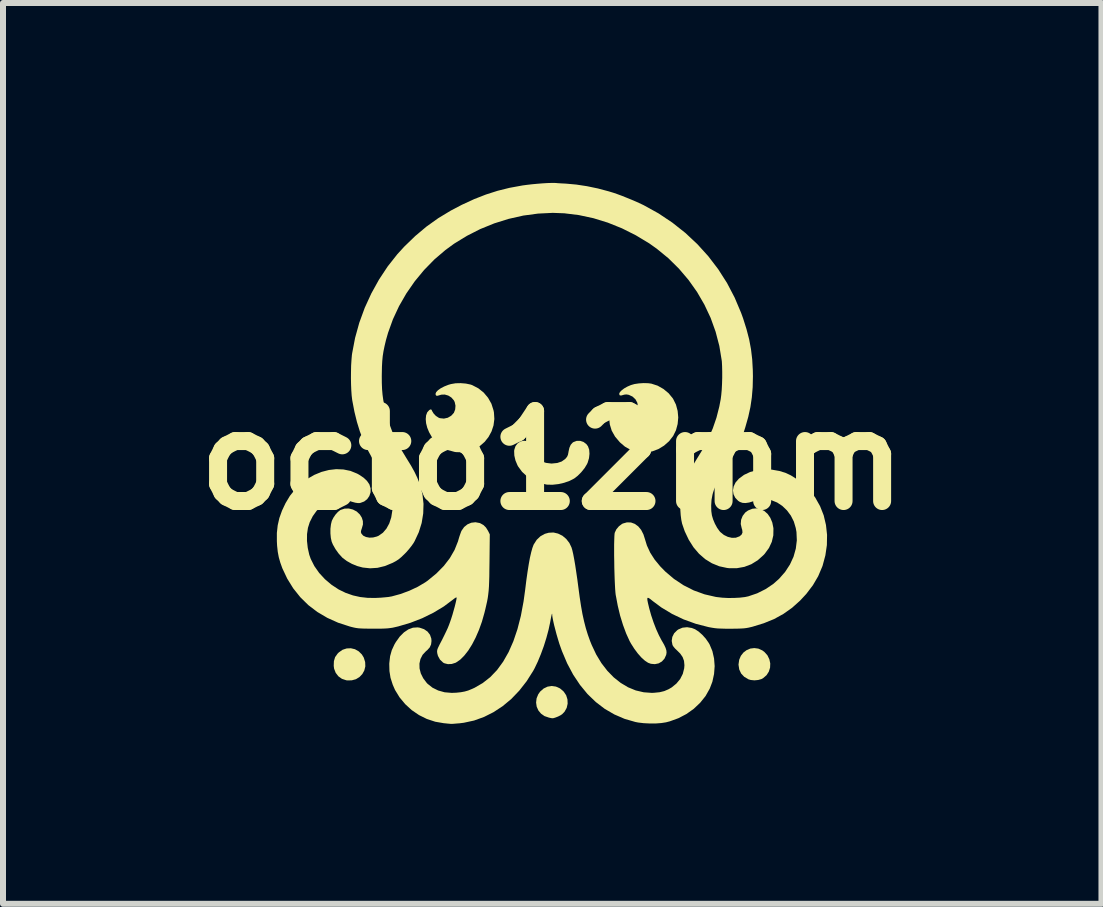
<source format=kicad_pcb>
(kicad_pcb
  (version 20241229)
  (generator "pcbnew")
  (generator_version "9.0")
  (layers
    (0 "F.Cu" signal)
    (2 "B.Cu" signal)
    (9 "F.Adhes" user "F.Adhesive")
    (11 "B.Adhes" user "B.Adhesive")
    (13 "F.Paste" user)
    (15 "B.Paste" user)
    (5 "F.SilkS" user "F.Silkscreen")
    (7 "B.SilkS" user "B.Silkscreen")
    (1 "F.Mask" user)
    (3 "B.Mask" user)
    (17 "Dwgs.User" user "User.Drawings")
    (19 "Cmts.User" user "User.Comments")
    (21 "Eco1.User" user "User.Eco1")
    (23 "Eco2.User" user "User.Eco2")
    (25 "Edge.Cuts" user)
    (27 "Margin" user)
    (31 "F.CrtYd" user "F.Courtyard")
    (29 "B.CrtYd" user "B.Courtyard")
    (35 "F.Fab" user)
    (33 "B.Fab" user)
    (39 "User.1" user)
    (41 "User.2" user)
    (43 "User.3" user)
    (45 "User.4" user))
  (footprint "octo12mm"
    (layer "F.Cu")
    (at 6.157 4.625)
    (property "Reference" "octo12mm" (at 0 0 0) (layer "F.SilkS") (effects (font (size 1.5 1.5) (thickness 0.3))))
    (attr board_only exclude_from_pos_files exclude_from_bom)
    (fp_poly (pts (xy -3.289 3.149) (xy -3.227 3.184) (xy -3.174 3.236) (xy -3.142 3.289) (xy -3.119 3.363) (xy -3.116 3.435) (xy -3.133 3.503) (xy -3.166 3.563) (xy -3.214 3.613) (xy -3.273 3.649) (xy -3.343 3.668) (xy -3.419 3.669) (xy -3.433 3.667) (xy -3.506 3.643) (xy -3.565 3.601) (xy -3.61 3.543) (xy -3.637 3.473) (xy -3.643 3.427) (xy -3.64 3.348) (xy -3.62 3.281) (xy -3.579 3.223) (xy -3.558 3.202) (xy -3.495 3.158) (xy -3.427 3.136) (xy -3.357 3.133)) (stroke (width 0) (type solid)) (fill yes) (layer "F.SilkS"))
    (fp_poly (pts (xy 3.437 3.139) (xy 3.503 3.169) (xy 3.537 3.194) (xy 3.588 3.251) (xy 3.62 3.317) (xy 3.635 3.386) (xy 3.632 3.456) (xy 3.611 3.523) (xy 3.573 3.582) (xy 3.519 3.629) (xy 3.487 3.647) (xy 3.434 3.662) (xy 3.371 3.668) (xy 3.31 3.662) (xy 3.272 3.651) (xy 3.201 3.609) (xy 3.15 3.555) (xy 3.118 3.487) (xy 3.106 3.409) (xy 3.106 3.402) (xy 3.117 3.325) (xy 3.145 3.259) (xy 3.187 3.205) (xy 3.241 3.164) (xy 3.303 3.138) (xy 3.369 3.13)) (stroke (width 0) (type solid)) (fill yes) (layer "F.SilkS"))
    (fp_poly (pts (xy 0.062 3.772) (xy 0.129 3.802) (xy 0.189 3.853) (xy 0.19 3.854) (xy 0.232 3.916) (xy 0.254 3.986) (xy 0.257 4.057) (xy 0.241 4.127) (xy 0.206 4.19) (xy 0.166 4.232) (xy 0.137 4.251) (xy 0.098 4.271) (xy 0.057 4.287) (xy 0.022 4.298) (xy 0.001 4.3) (xy -0.014 4.298) (xy -0.043 4.292) (xy -0.056 4.289) (xy -0.129 4.264) (xy -0.187 4.223) (xy -0.231 4.17) (xy -0.259 4.107) (xy -0.269 4.039) (xy -0.261 3.968) (xy -0.233 3.9) (xy -0.201 3.855) (xy -0.143 3.804) (xy -0.078 3.773) (xy -0.008 3.762)) (stroke (width 0) (type solid)) (fill yes) (layer "F.SilkS"))
    (fp_poly (pts (xy -0.414 -0.32) (xy -0.376 -0.304) (xy -0.334 -0.272) (xy -0.306 -0.231) (xy -0.29 -0.174) (xy -0.286 -0.146) (xy -0.267 -0.079) (xy -0.23 -0.024) (xy -0.175 0.017) (xy -0.104 0.042) (xy -0.017 0.053) (xy -0.006 0.053) (xy 0.084 0.044) (xy 0.158 0.019) (xy 0.218 -0.024) (xy 0.222 -0.029) (xy 0.247 -0.059) (xy 0.262 -0.092) (xy 0.271 -0.138) (xy 0.271 -0.141) (xy 0.286 -0.209) (xy 0.308 -0.259) (xy 0.34 -0.295) (xy 0.355 -0.305) (xy 0.409 -0.325) (xy 0.466 -0.325) (xy 0.521 -0.307) (xy 0.569 -0.271) (xy 0.596 -0.234) (xy 0.616 -0.178) (xy 0.621 -0.11) (xy 0.613 -0.036) (xy 0.591 0.038) (xy 0.579 0.064) (xy 0.539 0.13) (xy 0.484 0.198) (xy 0.423 0.259) (xy 0.366 0.303) (xy 0.29 0.342) (xy 0.199 0.374) (xy 0.102 0.396) (xy 0.005 0.407) (xy -0.082 0.405) (xy -0.1 0.403) (xy -0.216 0.375) (xy -0.325 0.329) (xy -0.421 0.267) (xy -0.503 0.191) (xy -0.568 0.103) (xy -0.579 0.083) (xy -0.613 0.002) (xy -0.632 -0.08) (xy -0.635 -0.157) (xy -0.632 -0.178) (xy -0.612 -0.238) (xy -0.576 -0.284) (xy -0.528 -0.315) (xy -0.473 -0.327)) (stroke (width 0) (type solid)) (fill yes) (layer "F.SilkS"))
    (fp_poly (pts (xy -1.44 -1.28) (xy -1.363 -1.264) (xy -1.336 -1.255) (xy -1.232 -1.201) (xy -1.143 -1.13) (xy -1.07 -1.043) (xy -1.014 -0.944) (xy -0.979 -0.834) (xy -0.972 -0.8) (xy -0.965 -0.689) (xy -0.979 -0.582) (xy -1.012 -0.482) (xy -1.062 -0.39) (xy -1.126 -0.309) (xy -1.204 -0.241) (xy -1.292 -0.188) (xy -1.39 -0.151) (xy -1.494 -0.134) (xy -1.603 -0.137) (xy -1.629 -0.141) (xy -1.74 -0.172) (xy -1.839 -0.223) (xy -1.928 -0.294) (xy -1.958 -0.327) (xy -2.011 -0.395) (xy -2.053 -0.469) (xy -2.084 -0.544) (xy -2.103 -0.619) (xy -2.109 -0.688) (xy -2.103 -0.75) (xy -2.084 -0.801) (xy -2.051 -0.837) (xy -2.04 -0.844) (xy -2.022 -0.85) (xy -2.01 -0.84) (xy -2.004 -0.824) (xy -1.977 -0.78) (xy -1.938 -0.739) (xy -1.892 -0.71) (xy -1.873 -0.703) (xy -1.806 -0.696) (xy -1.742 -0.71) (xy -1.685 -0.743) (xy -1.64 -0.792) (xy -1.639 -0.794) (xy -1.618 -0.849) (xy -1.613 -0.911) (xy -1.626 -0.972) (xy -1.64 -1) (xy -1.681 -1.047) (xy -1.733 -1.08) (xy -1.792 -1.097) (xy -1.85 -1.095) (xy -1.876 -1.087) (xy -1.914 -1.076) (xy -1.937 -1.08) (xy -1.945 -1.101) (xy -1.946 -1.108) (xy -1.935 -1.137) (xy -1.905 -1.169) (xy -1.858 -1.202) (xy -1.8 -1.232) (xy -1.732 -1.259) (xy -1.687 -1.272) (xy -1.611 -1.285) (xy -1.525 -1.287)) (stroke (width 0) (type solid)) (fill yes) (layer "F.SilkS"))
    (fp_poly (pts (xy 1.599 -1.286) (xy 1.652 -1.279) (xy 1.757 -1.245) (xy 1.854 -1.19) (xy 1.94 -1.119) (xy 2.011 -1.032) (xy 2.016 -1.024) (xy 2.063 -0.929) (xy 2.091 -0.824) (xy 2.101 -0.715) (xy 2.091 -0.606) (xy 2.063 -0.502) (xy 2.016 -0.406) (xy 1.947 -0.318) (xy 1.864 -0.245) (xy 1.77 -0.188) (xy 1.669 -0.15) (xy 1.563 -0.132) (xy 1.456 -0.135) (xy 1.401 -0.145) (xy 1.301 -0.178) (xy 1.213 -0.228) (xy 1.132 -0.297) (xy 1.127 -0.302) (xy 1.048 -0.395) (xy 0.992 -0.494) (xy 0.96 -0.598) (xy 0.949 -0.699) (xy 0.952 -0.741) (xy 0.962 -0.77) (xy 0.984 -0.8) (xy 0.986 -0.802) (xy 1.009 -0.827) (xy 1.028 -0.842) (xy 1.033 -0.844) (xy 1.043 -0.834) (xy 1.057 -0.81) (xy 1.059 -0.805) (xy 1.091 -0.756) (xy 1.139 -0.72) (xy 1.195 -0.699) (xy 1.254 -0.697) (xy 1.277 -0.702) (xy 1.34 -0.731) (xy 1.388 -0.775) (xy 1.419 -0.83) (xy 1.43 -0.891) (xy 1.419 -0.959) (xy 1.388 -1.017) (xy 1.339 -1.063) (xy 1.277 -1.092) (xy 1.237 -1.099) (xy 1.199 -1.095) (xy 1.183 -1.09) (xy 1.149 -1.081) (xy 1.129 -1.083) (xy 1.123 -1.088) (xy 1.116 -1.109) (xy 1.128 -1.137) (xy 1.157 -1.167) (xy 1.199 -1.199) (xy 1.254 -1.23) (xy 1.312 -1.255) (xy 1.371 -1.272) (xy 1.445 -1.283) (xy 1.524 -1.288)) (stroke (width 0) (type solid)) (fill yes) (layer "F.SilkS"))
    (fp_poly (pts (xy 3.661 0.155) (xy 3.791 0.178) (xy 3.895 0.211) (xy 3.978 0.25) (xy 4.066 0.306) (xy 4.156 0.374) (xy 4.241 0.451) (xy 4.318 0.533) (xy 4.381 0.615) (xy 4.385 0.621) (xy 4.466 0.765) (xy 4.526 0.917) (xy 4.564 1.078) (xy 4.582 1.243) (xy 4.579 1.413) (xy 4.554 1.584) (xy 4.508 1.755) (xy 4.501 1.774) (xy 4.434 1.932) (xy 4.346 2.082) (xy 4.236 2.227) (xy 4.132 2.339) (xy 3.999 2.458) (xy 3.855 2.56) (xy 3.699 2.646) (xy 3.527 2.716) (xy 3.338 2.774) (xy 3.317 2.779) (xy 3.275 2.789) (xy 3.236 2.796) (xy 3.195 2.801) (xy 3.147 2.804) (xy 3.088 2.806) (xy 3.013 2.807) (xy 2.971 2.807) (xy 2.885 2.807) (xy 2.816 2.805) (xy 2.761 2.803) (xy 2.712 2.798) (xy 2.666 2.791) (xy 2.616 2.782) (xy 2.602 2.779) (xy 2.393 2.725) (xy 2.191 2.652) (xy 1.999 2.561) (xy 1.82 2.453) (xy 1.676 2.346) (xy 1.638 2.315) (xy 1.61 2.296) (xy 1.593 2.291) (xy 1.585 2.302) (xy 1.586 2.329) (xy 1.595 2.375) (xy 1.611 2.442) (xy 1.618 2.471) (xy 1.65 2.585) (xy 1.689 2.701) (xy 1.732 2.813) (xy 1.778 2.915) (xy 1.823 3.001) (xy 1.828 3.009) (xy 1.866 3.075) (xy 1.89 3.127) (xy 1.903 3.169) (xy 1.906 3.206) (xy 1.9 3.243) (xy 1.872 3.305) (xy 1.829 3.353) (xy 1.774 3.385) (xy 1.711 3.398) (xy 1.645 3.392) (xy 1.598 3.375) (xy 1.545 3.34) (xy 1.486 3.287) (xy 1.426 3.219) (xy 1.368 3.141) (xy 1.314 3.056) (xy 1.29 3.013) (xy 1.233 2.888) (xy 1.18 2.745) (xy 1.132 2.589) (xy 1.092 2.422) (xy 1.06 2.251) (xy 1.059 2.25) (xy 1.054 2.207) (xy 1.049 2.145) (xy 1.045 2.069) (xy 1.041 1.982) (xy 1.038 1.888) (xy 1.035 1.788) (xy 1.034 1.687) (xy 1.032 1.587) (xy 1.032 1.492) (xy 1.032 1.406) (xy 1.034 1.33) (xy 1.036 1.269) (xy 1.039 1.225) (xy 1.043 1.205) (xy 1.069 1.15) (xy 1.111 1.1) (xy 1.162 1.061) (xy 1.178 1.053) (xy 1.246 1.034) (xy 1.313 1.036) (xy 1.376 1.059) (xy 1.433 1.1) (xy 1.482 1.159) (xy 1.52 1.233) (xy 1.54 1.295) (xy 1.579 1.421) (xy 1.634 1.54) (xy 1.707 1.654) (xy 1.8 1.767) (xy 1.884 1.853) (xy 2.03 1.977) (xy 2.19 2.083) (xy 2.36 2.169) (xy 2.54 2.234) (xy 2.727 2.277) (xy 2.749 2.28) (xy 2.836 2.29) (xy 2.933 2.295) (xy 3.033 2.294) (xy 3.129 2.289) (xy 3.214 2.279) (xy 3.27 2.267) (xy 3.417 2.217) (xy 3.557 2.147) (xy 3.685 2.061) (xy 3.781 1.976) (xy 3.882 1.861) (xy 3.963 1.737) (xy 4.023 1.607) (xy 4.061 1.472) (xy 4.078 1.334) (xy 4.072 1.195) (xy 4.06 1.128) (xy 4.028 1.02) (xy 3.978 0.921) (xy 3.913 0.834) (xy 3.836 0.76) (xy 3.75 0.703) (xy 3.655 0.665) (xy 3.557 0.647) (xy 3.513 0.646) (xy 3.475 0.648) (xy 3.436 0.656) (xy 3.386 0.671) (xy 3.36 0.68) (xy 3.283 0.703) (xy 3.222 0.712) (xy 3.172 0.709) (xy 3.128 0.693) (xy 3.1 0.675) (xy 3.051 0.624) (xy 3.022 0.565) (xy 3.013 0.501) (xy 3.025 0.435) (xy 3.056 0.37) (xy 3.108 0.31) (xy 3.109 0.308) (xy 3.198 0.242) (xy 3.3 0.194) (xy 3.413 0.163) (xy 3.535 0.15)) (stroke (width 0) (type solid)) (fill yes) (layer "F.SilkS"))
    (fp_poly (pts (xy -3.481 0.152) (xy -3.364 0.176) (xy -3.253 0.221) (xy -3.217 0.241) (xy -3.143 0.291) (xy -3.089 0.342) (xy -3.051 0.397) (xy -3.047 0.405) (xy -3.028 0.469) (xy -3.029 0.534) (xy -3.049 0.594) (xy -3.085 0.647) (xy -3.135 0.686) (xy -3.197 0.709) (xy -3.211 0.712) (xy -3.244 0.712) (xy -3.284 0.706) (xy -3.338 0.691) (xy -3.372 0.68) (xy -3.427 0.662) (xy -3.468 0.651) (xy -3.504 0.646) (xy -3.542 0.646) (xy -3.573 0.648) (xy -3.671 0.667) (xy -3.765 0.707) (xy -3.851 0.766) (xy -3.928 0.841) (xy -3.992 0.93) (xy -4.043 1.031) (xy -4.073 1.126) (xy -4.088 1.229) (xy -4.089 1.343) (xy -4.076 1.46) (xy -4.051 1.573) (xy -4.026 1.644) (xy -3.966 1.763) (xy -3.886 1.877) (xy -3.789 1.982) (xy -3.679 2.075) (xy -3.56 2.153) (xy -3.445 2.209) (xy -3.322 2.252) (xy -3.201 2.279) (xy -3.074 2.293) (xy -2.935 2.294) (xy -2.93 2.293) (xy -2.861 2.29) (xy -2.792 2.284) (xy -2.731 2.278) (xy -2.685 2.27) (xy -2.678 2.269) (xy -2.528 2.228) (xy -2.38 2.173) (xy -2.242 2.108) (xy -2.117 2.034) (xy -2.077 2.006) (xy -1.931 1.886) (xy -1.808 1.761) (xy -1.707 1.63) (xy -1.628 1.493) (xy -1.571 1.35) (xy -1.564 1.325) (xy -1.548 1.271) (xy -1.531 1.222) (xy -1.517 1.184) (xy -1.511 1.172) (xy -1.469 1.112) (xy -1.413 1.067) (xy -1.349 1.04) (xy -1.28 1.032) (xy -1.21 1.045) (xy -1.198 1.05) (xy -1.146 1.079) (xy -1.104 1.121) (xy -1.07 1.176) (xy -1.041 1.234) (xy -1.046 1.698) (xy -1.048 1.826) (xy -1.049 1.935) (xy -1.052 2.026) (xy -1.055 2.104) (xy -1.06 2.173) (xy -1.067 2.235) (xy -1.075 2.294) (xy -1.086 2.353) (xy -1.1 2.415) (xy -1.116 2.485) (xy -1.131 2.545) (xy -1.172 2.689) (xy -1.221 2.826) (xy -1.276 2.953) (xy -1.336 3.069) (xy -1.4 3.171) (xy -1.467 3.256) (xy -1.534 3.323) (xy -1.601 3.369) (xy -1.612 3.375) (xy -1.676 3.395) (xy -1.739 3.398) (xy -1.796 3.384) (xy -1.818 3.373) (xy -1.871 3.323) (xy -1.905 3.261) (xy -1.917 3.216) (xy -1.92 3.186) (xy -1.917 3.16) (xy -1.906 3.129) (xy -1.885 3.086) (xy -1.882 3.079) (xy -1.834 2.987) (xy -1.797 2.912) (xy -1.767 2.85) (xy -1.742 2.796) (xy -1.722 2.746) (xy -1.704 2.697) (xy -1.686 2.645) (xy -1.664 2.576) (xy -1.644 2.505) (xy -1.625 2.437) (xy -1.61 2.376) (xy -1.599 2.327) (xy -1.594 2.295) (xy -1.594 2.29) (xy -1.601 2.285) (xy -1.621 2.296) (xy -1.65 2.318) (xy -1.806 2.435) (xy -1.98 2.54) (xy -2.167 2.632) (xy -2.363 2.708) (xy -2.565 2.768) (xy -2.616 2.78) (xy -2.66 2.79) (xy -2.701 2.796) (xy -2.742 2.801) (xy -2.789 2.804) (xy -2.847 2.806) (xy -2.92 2.806) (xy -2.989 2.806) (xy -3.073 2.806) (xy -3.139 2.805) (xy -3.19 2.803) (xy -3.232 2.8) (xy -3.269 2.795) (xy -3.305 2.788) (xy -3.346 2.778) (xy -3.376 2.77) (xy -3.57 2.707) (xy -3.75 2.626) (xy -3.916 2.528) (xy -4.067 2.413) (xy -4.201 2.281) (xy -4.319 2.133) (xy -4.419 1.971) (xy -4.5 1.799) (xy -4.534 1.704) (xy -4.559 1.616) (xy -4.576 1.526) (xy -4.587 1.425) (xy -4.591 1.348) (xy -4.591 1.21) (xy -4.577 1.083) (xy -4.549 0.961) (xy -4.505 0.838) (xy -4.447 0.715) (xy -4.374 0.593) (xy -4.287 0.484) (xy -4.188 0.388) (xy -4.081 0.308) (xy -3.966 0.242) (xy -3.847 0.193) (xy -3.724 0.161) (xy -3.602 0.147)) (stroke (width 0) (type solid)) (fill yes) (layer "F.SilkS"))
    (fp_poly (pts (xy 0.097 1.221) (xy 0.17 1.257) (xy 0.234 1.311) (xy 0.286 1.378) (xy 0.322 1.454) (xy 0.335 1.499) (xy 0.35 1.564) (xy 0.366 1.648) (xy 0.383 1.747) (xy 0.4 1.86) (xy 0.418 1.983) (xy 0.434 2.104) (xy 0.457 2.276) (xy 0.48 2.428) (xy 0.504 2.563) (xy 0.531 2.685) (xy 0.56 2.798) (xy 0.593 2.905) (xy 0.63 3.009) (xy 0.658 3.078) (xy 0.733 3.237) (xy 0.82 3.381) (xy 0.918 3.508) (xy 1.025 3.618) (xy 1.141 3.71) (xy 1.263 3.783) (xy 1.392 3.836) (xy 1.525 3.867) (xy 1.661 3.877) (xy 1.7 3.875) (xy 1.791 3.866) (xy 1.868 3.847) (xy 1.938 3.817) (xy 1.99 3.787) (xy 2.07 3.722) (xy 2.133 3.646) (xy 2.177 3.559) (xy 2.2 3.467) (xy 2.204 3.416) (xy 2.197 3.343) (xy 2.174 3.28) (xy 2.134 3.222) (xy 2.085 3.173) (xy 2.05 3.14) (xy 2.022 3.107) (xy 2.006 3.081) (xy 2.005 3.079) (xy 1.992 3.01) (xy 2.002 2.944) (xy 2.032 2.884) (xy 2.083 2.833) (xy 2.103 2.819) (xy 2.172 2.79) (xy 2.248 2.782) (xy 2.327 2.795) (xy 2.381 2.816) (xy 2.44 2.854) (xy 2.501 2.908) (xy 2.559 2.972) (xy 2.607 3.041) (xy 2.623 3.068) (xy 2.67 3.18) (xy 2.698 3.303) (xy 2.708 3.431) (xy 2.698 3.562) (xy 2.67 3.691) (xy 2.626 3.806) (xy 2.556 3.93) (xy 2.466 4.042) (xy 2.359 4.143) (xy 2.238 4.229) (xy 2.104 4.299) (xy 1.961 4.351) (xy 1.896 4.368) (xy 1.818 4.38) (xy 1.725 4.387) (xy 1.624 4.387) (xy 1.524 4.382) (xy 1.432 4.371) (xy 1.386 4.362) (xy 1.206 4.31) (xy 1.035 4.236) (xy 0.875 4.143) (xy 0.726 4.029) (xy 0.588 3.896) (xy 0.463 3.744) (xy 0.349 3.573) (xy 0.249 3.385) (xy 0.162 3.18) (xy 0.119 3.059) (xy 0.096 2.983) (xy 0.072 2.902) (xy 0.051 2.821) (xy 0.031 2.745) (xy 0.016 2.677) (xy 0.005 2.622) (xy 0.000217 2.585) (xy 0 2.578) (xy -0.001 2.558) (xy -0.005 2.558) (xy -0.011 2.579) (xy -0.02 2.621) (xy -0.032 2.686) (xy -0.034 2.698) (xy -0.061 2.824) (xy -0.097 2.958) (xy -0.14 3.096) (xy -0.189 3.23) (xy -0.241 3.356) (xy -0.294 3.467) (xy -0.318 3.511) (xy -0.427 3.683) (xy -0.549 3.839) (xy -0.682 3.978) (xy -0.826 4.098) (xy -0.978 4.198) (xy -1.137 4.278) (xy -1.303 4.338) (xy -1.474 4.375) (xy -1.545 4.384) (xy -1.598 4.388) (xy -1.644 4.392) (xy -1.676 4.394) (xy -1.688 4.394) (xy -1.707 4.392) (xy -1.743 4.389) (xy -1.789 4.384) (xy -1.805 4.383) (xy -1.95 4.358) (xy -2.09 4.312) (xy -2.221 4.247) (xy -2.343 4.164) (xy -2.451 4.065) (xy -2.545 3.952) (xy -2.621 3.828) (xy -2.659 3.741) (xy -2.696 3.626) (xy -2.714 3.514) (xy -2.717 3.394) (xy -2.716 3.377) (xy -2.703 3.265) (xy -2.675 3.165) (xy -2.63 3.068) (xy -2.607 3.029) (xy -2.542 2.938) (xy -2.472 2.868) (xy -2.398 2.818) (xy -2.322 2.79) (xy -2.244 2.785) (xy -2.21 2.79) (xy -2.137 2.815) (xy -2.079 2.855) (xy -2.038 2.908) (xy -2.016 2.972) (xy -2.013 3.013) (xy -2.02 3.069) (xy -2.042 3.118) (xy -2.083 3.164) (xy -2.105 3.182) (xy -2.161 3.242) (xy -2.197 3.312) (xy -2.214 3.389) (xy -2.212 3.47) (xy -2.191 3.553) (xy -2.151 3.633) (xy -2.093 3.71) (xy -2.079 3.725) (xy -1.997 3.79) (xy -1.902 3.837) (xy -1.794 3.867) (xy -1.676 3.877) (xy -1.6 3.874) (xy -1.523 3.866) (xy -1.459 3.854) (xy -1.4 3.837) (xy -1.337 3.811) (xy -1.295 3.792) (xy -1.159 3.713) (xy -1.034 3.615) (xy -0.92 3.496) (xy -0.818 3.356) (xy -0.727 3.196) (xy -0.648 3.016) (xy -0.58 2.815) (xy -0.523 2.593) (xy -0.478 2.352) (xy -0.451 2.157) (xy -0.432 2.002) (xy -0.412 1.861) (xy -0.392 1.735) (xy -0.372 1.625) (xy -0.351 1.533) (xy -0.331 1.461) (xy -0.312 1.41) (xy -0.31 1.405) (xy -0.259 1.325) (xy -0.197 1.266) (xy -0.123 1.225) (xy -0.058 1.207) (xy 0.021 1.203)) (stroke (width 0) (type solid)) (fill yes) (layer "F.SilkS"))
    (fp_poly (pts (xy 0.04 -4.625) (xy 0.06 -4.624) (xy 0.094 -4.621) (xy 0.143 -4.618) (xy 0.201 -4.615) (xy 0.234 -4.613) (xy 0.4 -4.598) (xy 0.578 -4.571) (xy 0.761 -4.533) (xy 0.941 -4.485) (xy 1.02 -4.461) (xy 1.081 -4.44) (xy 1.157 -4.412) (xy 1.242 -4.378) (xy 1.328 -4.343) (xy 1.411 -4.307) (xy 1.483 -4.274) (xy 1.525 -4.254) (xy 1.771 -4.118) (xy 2.003 -3.963) (xy 2.219 -3.792) (xy 2.419 -3.605) (xy 2.602 -3.403) (xy 2.767 -3.187) (xy 2.914 -2.957) (xy 3.041 -2.714) (xy 3.149 -2.459) (xy 3.182 -2.368) (xy 3.239 -2.187) (xy 3.283 -2.018) (xy 3.314 -1.852) (xy 3.334 -1.684) (xy 3.344 -1.506) (xy 3.346 -1.401) (xy 3.342 -1.22) (xy 3.328 -1.051) (xy 3.304 -0.888) (xy 3.268 -0.724) (xy 3.219 -0.551) (xy 3.198 -0.485) (xy 3.145 -0.338) (xy 3.081 -0.194) (xy 3.005 -0.047) (xy 2.913 0.109) (xy 2.882 0.159) (xy 2.824 0.25) (xy 2.779 0.325) (xy 2.744 0.388) (xy 2.717 0.443) (xy 2.696 0.493) (xy 2.68 0.542) (xy 2.672 0.572) (xy 2.656 0.657) (xy 2.65 0.752) (xy 2.652 0.845) (xy 2.662 0.917) (xy 2.682 0.984) (xy 2.712 1.056) (xy 2.749 1.124) (xy 2.789 1.18) (xy 2.802 1.195) (xy 2.862 1.244) (xy 2.928 1.276) (xy 2.996 1.292) (xy 3.061 1.29) (xy 3.12 1.268) (xy 3.123 1.267) (xy 3.157 1.238) (xy 3.172 1.204) (xy 3.168 1.16) (xy 3.159 1.132) (xy 3.143 1.061) (xy 3.149 0.991) (xy 3.175 0.926) (xy 3.218 0.87) (xy 3.265 0.836) (xy 3.337 0.807) (xy 3.408 0.8) (xy 3.475 0.813) (xy 3.537 0.845) (xy 3.592 0.894) (xy 3.636 0.958) (xy 3.669 1.037) (xy 3.687 1.127) (xy 3.688 1.14) (xy 3.686 1.251) (xy 3.661 1.358) (xy 3.614 1.46) (xy 3.544 1.556) (xy 3.522 1.58) (xy 3.426 1.666) (xy 3.319 1.732) (xy 3.203 1.776) (xy 3.079 1.798) (xy 2.949 1.798) (xy 2.914 1.794) (xy 2.784 1.766) (xy 2.662 1.716) (xy 2.55 1.647) (xy 2.447 1.557) (xy 2.355 1.449) (xy 2.276 1.324) (xy 2.209 1.183) (xy 2.165 1.055) (xy 2.152 0.993) (xy 2.142 0.915) (xy 2.136 0.829) (xy 2.135 0.741) (xy 2.138 0.659) (xy 2.145 0.601) (xy 2.18 0.449) (xy 2.237 0.293) (xy 2.315 0.134) (xy 2.394 0.003) (xy 2.507 -0.181) (xy 2.6 -0.358) (xy 2.677 -0.533) (xy 2.738 -0.711) (xy 2.785 -0.895) (xy 2.809 -1.02) (xy 2.818 -1.09) (xy 2.826 -1.177) (xy 2.831 -1.275) (xy 2.834 -1.377) (xy 2.834 -1.477) (xy 2.832 -1.569) (xy 2.828 -1.646) (xy 2.826 -1.664) (xy 2.786 -1.907) (xy 2.724 -2.144) (xy 2.641 -2.375) (xy 2.537 -2.596) (xy 2.414 -2.808) (xy 2.272 -3.008) (xy 2.112 -3.196) (xy 1.936 -3.37) (xy 1.743 -3.528) (xy 1.618 -3.617) (xy 1.394 -3.752) (xy 1.163 -3.868) (xy 0.927 -3.963) (xy 0.687 -4.037) (xy 0.444 -4.089) (xy 0.201 -4.119) (xy 0.008 -4.126) (xy -0.236 -4.114) (xy -0.482 -4.081) (xy -0.726 -4.026) (xy -0.966 -3.951) (xy -1.2 -3.856) (xy -1.424 -3.742) (xy -1.636 -3.612) (xy -1.78 -3.507) (xy -1.965 -3.349) (xy -2.136 -3.174) (xy -2.292 -2.985) (xy -2.432 -2.783) (xy -2.554 -2.571) (xy -2.656 -2.352) (xy -2.737 -2.127) (xy -2.772 -2.005) (xy -2.795 -1.908) (xy -2.813 -1.821) (xy -2.826 -1.739) (xy -2.834 -1.655) (xy -2.839 -1.563) (xy -2.841 -1.456) (xy -2.842 -1.407) (xy -2.841 -1.287) (xy -2.837 -1.185) (xy -2.829 -1.093) (xy -2.817 -1.006) (xy -2.8 -0.916) (xy -2.777 -0.818) (xy -2.766 -0.776) (xy -2.722 -0.626) (xy -2.669 -0.483) (xy -2.605 -0.341) (xy -2.527 -0.195) (xy -2.433 -0.04) (xy -2.425 -0.027) (xy -2.353 0.09) (xy -2.295 0.195) (xy -2.249 0.292) (xy -2.212 0.385) (xy -2.204 0.408) (xy -2.164 0.565) (xy -2.146 0.725) (xy -2.151 0.886) (xy -2.177 1.045) (xy -2.225 1.199) (xy -2.294 1.347) (xy -2.31 1.375) (xy -2.343 1.423) (xy -2.387 1.479) (xy -2.437 1.536) (xy -2.461 1.56) (xy -2.514 1.611) (xy -2.559 1.649) (xy -2.605 1.679) (xy -2.657 1.707) (xy -2.661 1.709) (xy -2.789 1.762) (xy -2.913 1.792) (xy -3.037 1.8) (xy -3.159 1.787) (xy -3.249 1.763) (xy -3.34 1.726) (xy -3.424 1.679) (xy -3.494 1.627) (xy -3.503 1.618) (xy -3.561 1.554) (xy -3.614 1.48) (xy -3.657 1.404) (xy -3.677 1.356) (xy -3.691 1.294) (xy -3.698 1.219) (xy -3.698 1.14) (xy -3.689 1.066) (xy -3.675 1.009) (xy -3.649 0.957) (xy -3.613 0.904) (xy -3.572 0.859) (xy -3.533 0.829) (xy -3.529 0.827) (xy -3.462 0.805) (xy -3.392 0.803) (xy -3.323 0.82) (xy -3.26 0.853) (xy -3.208 0.902) (xy -3.175 0.955) (xy -3.157 1.012) (xy -3.156 1.069) (xy -3.174 1.133) (xy -3.175 1.135) (xy -3.187 1.172) (xy -3.19 1.196) (xy -3.183 1.217) (xy -3.181 1.222) (xy -3.151 1.256) (xy -3.105 1.278) (xy -3.048 1.289) (xy -2.986 1.286) (xy -2.924 1.27) (xy -2.894 1.257) (xy -2.823 1.207) (xy -2.764 1.138) (xy -2.717 1.052) (xy -2.684 0.951) (xy -2.666 0.837) (xy -2.663 0.795) (xy -2.663 0.713) (xy -2.669 0.638) (xy -2.683 0.564) (xy -2.707 0.489) (xy -2.741 0.409) (xy -2.787 0.32) (xy -2.845 0.22) (xy -2.894 0.142) (xy -2.994 -0.022) (xy -3.078 -0.177) (xy -3.148 -0.328) (xy -3.207 -0.481) (xy -3.256 -0.64) (xy -3.298 -0.811) (xy -3.334 -1) (xy -3.336 -1.014) (xy -3.344 -1.081) (xy -3.35 -1.166) (xy -3.354 -1.264) (xy -3.356 -1.369) (xy -3.355 -1.476) (xy -3.353 -1.58) (xy -3.347 -1.675) (xy -3.34 -1.756) (xy -3.336 -1.784) (xy -3.287 -2.041) (xy -3.217 -2.294) (xy -3.126 -2.543) (xy -3.016 -2.783) (xy -2.888 -3.014) (xy -2.744 -3.232) (xy -2.584 -3.435) (xy -2.468 -3.562) (xy -2.284 -3.74) (xy -2.097 -3.897) (xy -1.901 -4.037) (xy -1.691 -4.164) (xy -1.506 -4.261) (xy -1.302 -4.355) (xy -1.105 -4.432) (xy -0.911 -4.494) (xy -0.714 -4.543) (xy -0.507 -4.581) (xy -0.497 -4.583) (xy -0.421 -4.593) (xy -0.336 -4.603) (xy -0.249 -4.611) (xy -0.162 -4.618) (xy -0.082 -4.623) (xy -0.013 -4.625)) (stroke (width 0) (type solid)) (fill yes) (layer "F.SilkS")))
  (gr_rect
    (start -3 -3)
    (end 15.314 12.019)
    (stroke (width 0.1) (type default))
    (fill no)
    (layer "Edge.Cuts")))
</source>
